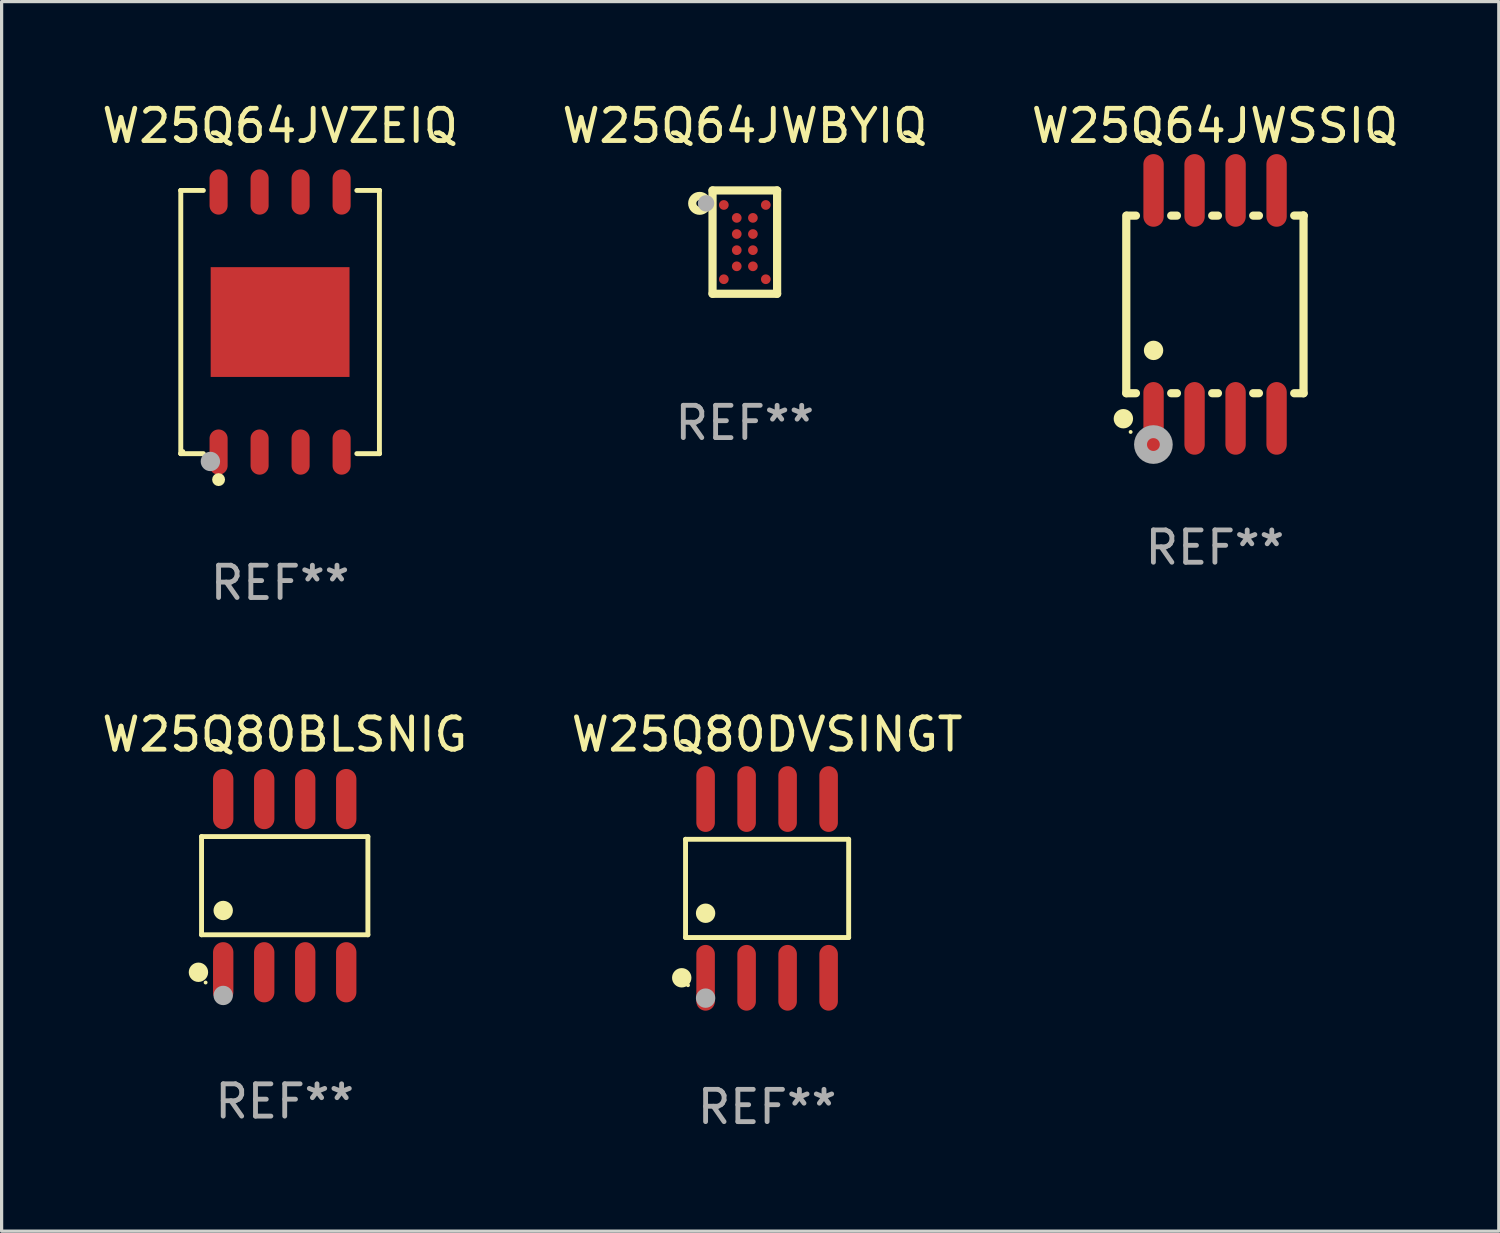
<source format=kicad_pcb>
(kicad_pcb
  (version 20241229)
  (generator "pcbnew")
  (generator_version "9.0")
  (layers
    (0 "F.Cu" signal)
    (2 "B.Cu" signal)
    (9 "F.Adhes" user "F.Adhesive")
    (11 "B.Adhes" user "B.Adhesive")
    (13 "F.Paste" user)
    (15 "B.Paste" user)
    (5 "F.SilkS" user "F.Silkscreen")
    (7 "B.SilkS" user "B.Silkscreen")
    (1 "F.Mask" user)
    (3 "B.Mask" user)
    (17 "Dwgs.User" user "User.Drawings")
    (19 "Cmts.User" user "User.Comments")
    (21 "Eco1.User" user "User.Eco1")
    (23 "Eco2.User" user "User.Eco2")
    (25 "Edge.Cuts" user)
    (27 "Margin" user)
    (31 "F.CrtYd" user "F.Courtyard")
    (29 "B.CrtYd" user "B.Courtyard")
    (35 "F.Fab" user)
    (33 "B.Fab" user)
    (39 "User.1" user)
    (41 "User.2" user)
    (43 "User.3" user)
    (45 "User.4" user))
  (footprint "W25Q80DVSINGT"
    (layer "F.Cu")
    (at 20.708 24.465)
    (property "Reference" "W25Q80DVSINGT" (at 0 -4.768 0) (layer "F.SilkS") (effects (font (size 1 1) (thickness 0.15))))
    (attr through_hole)
    (fp_line (start -2.526 -1.521) (end 2.526 -1.521) (stroke (width 0.152) (type solid)) (layer "F.SilkS"))
    (fp_line (start -2.526 1.521) (end -2.526 -1.521) (stroke (width 0.152) (type solid)) (layer "F.SilkS"))
    (fp_line (start 2.526 -1.521) (end 2.526 1.521) (stroke (width 0.152) (type solid)) (layer "F.SilkS"))
    (fp_line (start 2.526 1.521) (end -2.526 1.521) (stroke (width 0.152) (type solid)) (layer "F.SilkS"))
    (fp_circle (center -2.644 2.768) (end -2.494 2.768) (stroke (width 0.3) (type solid)) (fill no) (layer "F.SilkS"))
    (fp_circle (center -2.45 2.998) (end -2.42 2.998) (stroke (width 0.06) (type solid)) (fill no) (layer "F.SilkS"))
    (fp_circle (center -1.905 0.769) (end -1.755 0.769) (stroke (width 0.3) (type solid)) (fill no) (layer "F.SilkS"))
    (fp_circle (center -1.905 3.398) (end -1.755 3.398) (stroke (width 0.3) (type solid)) (fill no) (layer "F.Fab"))
    (fp_text user "REF**" (at 0 6.768 0) (layer "F.Fab") (effects (font (size 1 1) (thickness 0.15))))
    (pad "1" smd oval (at -1.905 2.768) (size 0.574 2.036) (layers "F.Cu" "F.Mask" "F.Paste"))
    (pad "2" smd oval (at -0.635 2.768) (size 0.574 2.036) (layers "F.Cu" "F.Mask" "F.Paste"))
    (pad "3" smd oval (at 0.635 2.768) (size 0.574 2.036) (layers "F.Cu" "F.Mask" "F.Paste"))
    (pad "4" smd oval (at 1.905 2.768) (size 0.574 2.036) (layers "F.Cu" "F.Mask" "F.Paste"))
    (pad "5" smd oval (at 1.905 -2.768) (size 0.574 2.036) (layers "F.Cu" "F.Mask" "F.Paste"))
    (pad "6" smd oval (at 0.635 -2.768) (size 0.574 2.036) (layers "F.Cu" "F.Mask" "F.Paste"))
    (pad "7" smd oval (at -0.635 -2.768) (size 0.574 2.036) (layers "F.Cu" "F.Mask" "F.Paste"))
    (pad "8" smd oval (at -1.905 -2.768) (size 0.574 2.036) (layers "F.Cu" "F.Mask" "F.Paste")))
  (footprint "W25Q64JVZEIQ"
    (layer "F.Cu")
    (at 5.625 6.924)
    (property "Reference" "W25Q64JVZEIQ" (at 0 -6.076 0) (layer "F.SilkS") (effects (font (size 1 1) (thickness 0.15))))
    (attr through_hole)
    (fp_line (start -3.076 -4.076) (end -3.076 -4.076) (stroke (width 0.152) (type solid)) (layer "F.SilkS"))
    (fp_line (start -3.076 -4.076) (end -2.376 -4.076) (stroke (width 0.152) (type solid)) (layer "F.SilkS"))
    (fp_line (start -3.076 4.076) (end -3.076 -4.076) (stroke (width 0.152) (type solid)) (layer "F.SilkS"))
    (fp_line (start -3.076 4.076) (end -3.076 4.076) (stroke (width 0.152) (type solid)) (layer "F.SilkS"))
    (fp_line (start -2.376 4.076) (end -3.076 4.076) (stroke (width 0.152) (type solid)) (layer "F.SilkS"))
    (fp_line (start 2.376 4.076) (end 3.076 4.076) (stroke (width 0.152) (type solid)) (layer "F.SilkS"))
    (fp_line (start 3.076 -4.076) (end 2.376 -4.076) (stroke (width 0.152) (type solid)) (layer "F.SilkS"))
    (fp_line (start 3.076 -4.076) (end 3.076 -4.076) (stroke (width 0.152) (type solid)) (layer "F.SilkS"))
    (fp_line (start 3.076 4.076) (end 3.076 -4.076) (stroke (width 0.152) (type solid)) (layer "F.SilkS"))
    (fp_line (start 3.076 4.076) (end 3.076 4.076) (stroke (width 0.152) (type solid)) (layer "F.SilkS"))
    (fp_circle (center -3 4) (end -2.97 4) (stroke (width 0.06) (type solid)) (fill no) (layer "F.SilkS"))
    (fp_circle (center -1.905 4.88) (end -1.805 4.88) (stroke (width 0.2) (type solid)) (fill no) (layer "F.SilkS"))
    (fp_circle (center -2.159 4.318) (end -2.009 4.318) (stroke (width 0.3) (type solid)) (fill no) (layer "F.Fab"))
    (fp_text user "REF**" (at 0 8.076 0) (layer "F.Fab") (effects (font (size 1 1) (thickness 0.15))))
    (pad "1" smd oval (at -1.905 4.027) (size 0.56 1.4) (layers "F.Cu" "F.Mask" "F.Paste"))
    (pad "2" smd oval (at -0.635 4.027) (size 0.56 1.4) (layers "F.Cu" "F.Mask" "F.Paste"))
    (pad "3" smd oval (at 0.635 4.027) (size 0.56 1.4) (layers "F.Cu" "F.Mask" "F.Paste"))
    (pad "4" smd oval (at 1.905 4.027) (size 0.56 1.4) (layers "F.Cu" "F.Mask" "F.Paste"))
    (pad "5" smd oval (at 1.905 -4.027) (size 0.56 1.4) (layers "F.Cu" "F.Mask" "F.Paste"))
    (pad "6" smd oval (at 0.635 -4.027) (size 0.56 1.4) (layers "F.Cu" "F.Mask" "F.Paste"))
    (pad "7" smd oval (at -0.635 -4.027) (size 0.56 1.4) (layers "F.Cu" "F.Mask" "F.Paste"))
    (pad "8" smd oval (at -1.905 -4.027) (size 0.56 1.4) (layers "F.Cu" "F.Mask" "F.Paste"))
    (pad "9" smd rect (at 0 0) (size 4.3 3.4) (layers "F.Cu" "F.Mask" "F.Paste")))
  (footprint "W25Q64JWBYIQ"
    (layer "F.Cu")
    (at 20.018 4.448)
    (property "Reference" "W25Q64JWBYIQ" (at 0 -3.6 0) (layer "F.SilkS") (effects (font (size 1 1) (thickness 0.15))))
    (attr through_hole)
    (fp_line (start -1 -1.6) (end -1 1.6) (stroke (width 0.254) (type solid)) (layer "F.SilkS"))
    (fp_line (start -1 -1.6) (end 1 -1.6) (stroke (width 0.254) (type solid)) (layer "F.SilkS"))
    (fp_line (start -1 1.6) (end 1 1.6) (stroke (width 0.254) (type solid)) (layer "F.SilkS"))
    (fp_line (start 1 1.6) (end 1 -1.6) (stroke (width 0.254) (type solid)) (layer "F.SilkS"))
    (fp_circle (center -1.4 -1.2) (end -1.298 -1.2) (stroke (width 0.254) (type solid)) (fill no) (layer "F.SilkS"))
    (fp_circle (center -0.95 -1.55) (end -0.92 -1.55) (stroke (width 0.06) (type solid)) (fill no) (layer "F.SilkS"))
    (fp_circle (center -1.2 -1.2) (end -1.073 -1.2) (stroke (width 0.254) (type solid)) (fill no) (layer "F.Fab"))
    (fp_text user "REF**" (at 0 5.6 0) (layer "F.Fab") (effects (font (size 1 1) (thickness 0.15))))
    (pad "A1" smd circle (at -0.65 -1.15) (size 0.3 0.3) (layers "F.Cu" "F.Mask" "F.Paste"))
    (pad "A4" smd circle (at 0.65 -1.15) (size 0.3 0.3) (layers "F.Cu" "F.Mask" "F.Paste"))
    (pad "B2" smd circle (at -0.25 -0.75) (size 0.3 0.3) (layers "F.Cu" "F.Mask" "F.Paste"))
    (pad "B3" smd circle (at 0.25 -0.75) (size 0.3 0.3) (layers "F.Cu" "F.Mask" "F.Paste"))
    (pad "C2" smd circle (at -0.25 -0.25) (size 0.3 0.3) (layers "F.Cu" "F.Mask" "F.Paste"))
    (pad "C3" smd circle (at 0.25 -0.25) (size 0.3 0.3) (layers "F.Cu" "F.Mask" "F.Paste"))
    (pad "D2" smd circle (at -0.25 0.25) (size 0.3 0.3) (layers "F.Cu" "F.Mask" "F.Paste"))
    (pad "D3" smd circle (at 0.25 0.25) (size 0.3 0.3) (layers "F.Cu" "F.Mask" "F.Paste"))
    (pad "E2" smd circle (at -0.25 0.75) (size 0.3 0.3) (layers "F.Cu" "F.Mask" "F.Paste"))
    (pad "E3" smd circle (at 0.25 0.75) (size 0.3 0.3) (layers "F.Cu" "F.Mask" "F.Paste"))
    (pad "F1" smd circle (at -0.65 1.15) (size 0.3 0.3) (layers "F.Cu" "F.Mask" "F.Paste"))
    (pad "F4" smd circle (at 0.65 1.15) (size 0.3 0.3) (layers "F.Cu" "F.Mask" "F.Paste")))
  (footprint "W25Q64JWSSIQ"
    (layer "F.Cu")
    (at 34.577 6.378)
    (property "Reference" "W25Q64JWSSIQ" (at 0 -5.53 0) (layer "F.SilkS") (effects (font (size 1 1) (thickness 0.15))))
    (attr through_hole)
    (fp_line (start -2.745 -2.75) (end -2.745 2.75) (stroke (width 0.254) (type solid)) (layer "F.SilkS"))
    (fp_line (start -2.745 2.75) (end -2.446 2.75) (stroke (width 0.254) (type solid)) (layer "F.SilkS"))
    (fp_line (start -2.446 -2.75) (end -2.725 -2.75) (stroke (width 0.254) (type solid)) (layer "F.SilkS"))
    (fp_line (start -1.354 2.75) (end -1.176 2.75) (stroke (width 0.254) (type solid)) (layer "F.SilkS"))
    (fp_line (start -1.176 -2.75) (end -1.354 -2.75) (stroke (width 0.254) (type solid)) (layer "F.SilkS"))
    (fp_line (start -0.084 2.75) (end 0.094 2.75) (stroke (width 0.254) (type solid)) (layer "F.SilkS"))
    (fp_line (start 0.094 -2.75) (end -0.084 -2.75) (stroke (width 0.254) (type solid)) (layer "F.SilkS"))
    (fp_line (start 1.186 2.75) (end 1.364 2.75) (stroke (width 0.254) (type solid)) (layer "F.SilkS"))
    (fp_line (start 1.364 -2.75) (end 1.186 -2.75) (stroke (width 0.254) (type solid)) (layer "F.SilkS"))
    (fp_line (start 2.456 2.751) (end 2.745 2.751) (stroke (width 0.254) (type solid)) (layer "F.SilkS"))
    (fp_line (start 2.745 -2.751) (end 2.456 -2.751) (stroke (width 0.254) (type solid)) (layer "F.SilkS"))
    (fp_line (start 2.745 -2.751) (end 2.745 -2.751) (stroke (width 0.254) (type solid)) (layer "F.SilkS"))
    (fp_line (start 2.745 2.751) (end 2.745 -2.751) (stroke (width 0.254) (type solid)) (layer "F.SilkS"))
    (fp_circle (center -2.835 3.54) (end -2.685 3.54) (stroke (width 0.3) (type solid)) (fill no) (layer "F.SilkS"))
    (fp_circle (center -2.61 3.95) (end -2.58 3.95) (stroke (width 0.06) (type solid)) (fill no) (layer "F.SilkS"))
    (fp_circle (center -1.9 1.424) (end -1.75 1.424) (stroke (width 0.3) (type solid)) (fill no) (layer "F.SilkS"))
    (fp_circle (center -1.905 4.34) (end -1.706 4.34) (stroke (width 0.4) (type solid)) (fill no) (layer "F.Fab"))
    (fp_text user "REF**" (at 0 7.53 0) (layer "F.Fab") (effects (font (size 1 1) (thickness 0.15))))
    (pad "1" smd oval (at -1.9 3.53) (size 0.63 2.25) (layers "F.Cu" "F.Mask" "F.Paste"))
    (pad "2" smd oval (at -0.63 3.53) (size 0.63 2.25) (layers "F.Cu" "F.Mask" "F.Paste"))
    (pad "3" smd oval (at 0.64 3.53) (size 0.63 2.25) (layers "F.Cu" "F.Mask" "F.Paste"))
    (pad "4" smd oval (at 1.91 3.53) (size 0.63 2.25) (layers "F.Cu" "F.Mask" "F.Paste"))
    (pad "5" smd oval (at 1.91 -3.53) (size 0.63 2.25) (layers "F.Cu" "F.Mask" "F.Paste"))
    (pad "6" smd oval (at 0.64 -3.53) (size 0.63 2.25) (layers "F.Cu" "F.Mask" "F.Paste"))
    (pad "7" smd oval (at -0.63 -3.53) (size 0.63 2.25) (layers "F.Cu" "F.Mask" "F.Paste"))
    (pad "8" smd oval (at -1.9 -3.53) (size 0.63 2.25) (layers "F.Cu" "F.Mask" "F.Paste")))
  (footprint "W25Q80BLSNIG"
    (layer "F.Cu")
    (at 5.768 24.38)
    (property "Reference" "W25Q80BLSNIG" (at 0 -4.682 0) (layer "F.SilkS") (effects (font (size 1 1) (thickness 0.15))))
    (attr through_hole)
    (fp_line (start -2.576 -1.521) (end 2.576 -1.521) (stroke (width 0.152) (type solid)) (layer "F.SilkS"))
    (fp_line (start -2.576 1.521) (end -2.576 -1.521) (stroke (width 0.152) (type solid)) (layer "F.SilkS"))
    (fp_line (start 2.576 -1.521) (end 2.576 1.521) (stroke (width 0.152) (type solid)) (layer "F.SilkS"))
    (fp_line (start 2.576 1.521) (end -2.576 1.521) (stroke (width 0.152) (type solid)) (layer "F.SilkS"))
    (fp_circle (center -2.672 2.682) (end -2.522 2.682) (stroke (width 0.3) (type solid)) (fill no) (layer "F.SilkS"))
    (fp_circle (center -2.45 3) (end -2.42 3) (stroke (width 0.06) (type solid)) (fill no) (layer "F.SilkS"))
    (fp_circle (center -1.905 0.769) (end -1.755 0.769) (stroke (width 0.3) (type solid)) (fill no) (layer "F.SilkS"))
    (fp_circle (center -1.905 3.4) (end -1.755 3.4) (stroke (width 0.3) (type solid)) (fill no) (layer "F.Fab"))
    (fp_text user "REF**" (at 0 6.682 0) (layer "F.Fab") (effects (font (size 1 1) (thickness 0.15))))
    (pad "1" smd oval (at -1.905 2.682) (size 0.63 1.865) (layers "F.Cu" "F.Mask" "F.Paste"))
    (pad "2" smd oval (at -0.635 2.682) (size 0.63 1.865) (layers "F.Cu" "F.Mask" "F.Paste"))
    (pad "3" smd oval (at 0.635 2.682) (size 0.63 1.865) (layers "F.Cu" "F.Mask" "F.Paste"))
    (pad "4" smd oval (at 1.905 2.682) (size 0.63 1.865) (layers "F.Cu" "F.Mask" "F.Paste"))
    (pad "5" smd oval (at 1.905 -2.682) (size 0.63 1.865) (layers "F.Cu" "F.Mask" "F.Paste"))
    (pad "6" smd oval (at 0.635 -2.682) (size 0.63 1.865) (layers "F.Cu" "F.Mask" "F.Paste"))
    (pad "7" smd oval (at -0.635 -2.682) (size 0.63 1.865) (layers "F.Cu" "F.Mask" "F.Paste"))
    (pad "8" smd oval (at -1.905 -2.682) (size 0.63 1.865) (layers "F.Cu" "F.Mask" "F.Paste")))
  (gr_rect
    (start -3 -3)
    (end 43.369 35.081)
    (stroke (width 0.1) (type default))
    (fill no)
    (layer "Edge.Cuts")))
</source>
